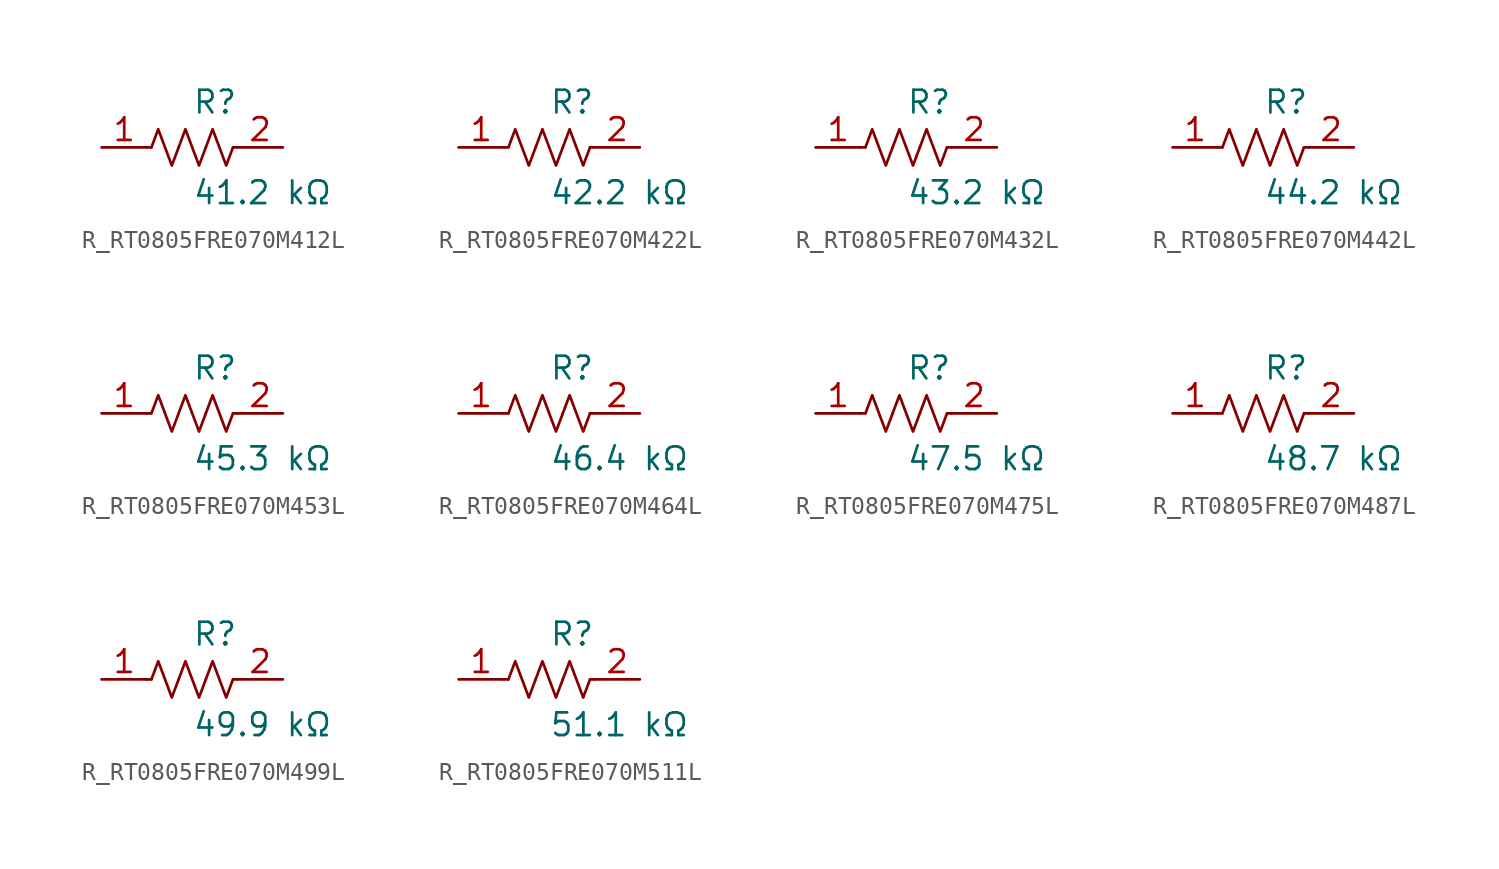
<source format=kicad_sym>
(kicad_symbol_lib
  (version 20231120)
  (generator kicad_symbol_editor)
  (generator_version 8.0)
  (symbol "R_RT0805FRE070M412L"
    (pin_names
      (offset 0.254))
    (property "Reference" "R"
      (at 0.0 2.54 0)
      (effects (font (size 1.27 1.27)) (justify left)))
    (property "Value" "41.2 kΩ"
      (at 0.0 -2.54 0)
      (effects (font (size 1.27 1.27)) (justify left)))
    (symbol "R_RT0805FRE070M412L_0_1"
      (polyline (pts (xy 2.286 0) (xy 2.54 0)) (stroke (width 0) (type default)) (fill (type none)))
      (polyline (pts (xy -2.286 0) (xy -2.54 0)) (stroke (width 0) (type default)) (fill (type none)))
      (polyline (pts (xy 0.762 0) (xy 1.143 1.016) (xy 1.524 0) (xy 1.905 -1.016) (xy 2.286 0)) (stroke (width 0) (type default)) (fill (type none)))
      (polyline (pts (xy -0.762 0) (xy -0.381 1.016) (xy 0 0) (xy 0.381 -1.016) (xy 0.762 0)) (stroke (width 0) (type default)) (fill (type none)))
      (polyline (pts (xy -2.286 0) (xy -1.905 1.016) (xy -1.524 0) (xy -1.143 -1.016) (xy -0.762 0)) (stroke (width 0) (type default)) (fill (type none))))
    (pin unspecified line
      (at -5.08 0 0)
      (length 2.54)
      (name "" (effects (font (size 1.27 1.27))))
      (number "1" (effects (font (size 1.27 1.27)))))
    (pin unspecified line
      (at 5.08 0 180)
      (length 2.54)
      (name "" (effects (font (size 1.27 1.27))))
      (number "2" (effects (font (size 1.27 1.27))))))
  (symbol "R_RT0805FRE070M422L"
    (pin_names
      (offset 0.254))
    (property "Reference" "R"
      (at 0.0 2.54 0)
      (effects (font (size 1.27 1.27)) (justify left)))
    (property "Value" "42.2 kΩ"
      (at 0.0 -2.54 0)
      (effects (font (size 1.27 1.27)) (justify left)))
    (symbol "R_RT0805FRE070M422L_0_1"
      (polyline (pts (xy 2.286 0) (xy 2.54 0)) (stroke (width 0) (type default)) (fill (type none)))
      (polyline (pts (xy -2.286 0) (xy -2.54 0)) (stroke (width 0) (type default)) (fill (type none)))
      (polyline (pts (xy 0.762 0) (xy 1.143 1.016) (xy 1.524 0) (xy 1.905 -1.016) (xy 2.286 0)) (stroke (width 0) (type default)) (fill (type none)))
      (polyline (pts (xy -0.762 0) (xy -0.381 1.016) (xy 0 0) (xy 0.381 -1.016) (xy 0.762 0)) (stroke (width 0) (type default)) (fill (type none)))
      (polyline (pts (xy -2.286 0) (xy -1.905 1.016) (xy -1.524 0) (xy -1.143 -1.016) (xy -0.762 0)) (stroke (width 0) (type default)) (fill (type none))))
    (pin unspecified line
      (at -5.08 0 0)
      (length 2.54)
      (name "" (effects (font (size 1.27 1.27))))
      (number "1" (effects (font (size 1.27 1.27)))))
    (pin unspecified line
      (at 5.08 0 180)
      (length 2.54)
      (name "" (effects (font (size 1.27 1.27))))
      (number "2" (effects (font (size 1.27 1.27))))))
  (symbol "R_RT0805FRE070M432L"
    (pin_names
      (offset 0.254))
    (property "Reference" "R"
      (at 0.0 2.54 0)
      (effects (font (size 1.27 1.27)) (justify left)))
    (property "Value" "43.2 kΩ"
      (at 0.0 -2.54 0)
      (effects (font (size 1.27 1.27)) (justify left)))
    (symbol "R_RT0805FRE070M432L_0_1"
      (polyline (pts (xy 2.286 0) (xy 2.54 0)) (stroke (width 0) (type default)) (fill (type none)))
      (polyline (pts (xy -2.286 0) (xy -2.54 0)) (stroke (width 0) (type default)) (fill (type none)))
      (polyline (pts (xy 0.762 0) (xy 1.143 1.016) (xy 1.524 0) (xy 1.905 -1.016) (xy 2.286 0)) (stroke (width 0) (type default)) (fill (type none)))
      (polyline (pts (xy -0.762 0) (xy -0.381 1.016) (xy 0 0) (xy 0.381 -1.016) (xy 0.762 0)) (stroke (width 0) (type default)) (fill (type none)))
      (polyline (pts (xy -2.286 0) (xy -1.905 1.016) (xy -1.524 0) (xy -1.143 -1.016) (xy -0.762 0)) (stroke (width 0) (type default)) (fill (type none))))
    (pin unspecified line
      (at -5.08 0 0)
      (length 2.54)
      (name "" (effects (font (size 1.27 1.27))))
      (number "1" (effects (font (size 1.27 1.27)))))
    (pin unspecified line
      (at 5.08 0 180)
      (length 2.54)
      (name "" (effects (font (size 1.27 1.27))))
      (number "2" (effects (font (size 1.27 1.27))))))
  (symbol "R_RT0805FRE070M442L"
    (pin_names
      (offset 0.254))
    (property "Reference" "R"
      (at 0.0 2.54 0)
      (effects (font (size 1.27 1.27)) (justify left)))
    (property "Value" "44.2 kΩ"
      (at 0.0 -2.54 0)
      (effects (font (size 1.27 1.27)) (justify left)))
    (symbol "R_RT0805FRE070M442L_0_1"
      (polyline (pts (xy 2.286 0) (xy 2.54 0)) (stroke (width 0) (type default)) (fill (type none)))
      (polyline (pts (xy -2.286 0) (xy -2.54 0)) (stroke (width 0) (type default)) (fill (type none)))
      (polyline (pts (xy 0.762 0) (xy 1.143 1.016) (xy 1.524 0) (xy 1.905 -1.016) (xy 2.286 0)) (stroke (width 0) (type default)) (fill (type none)))
      (polyline (pts (xy -0.762 0) (xy -0.381 1.016) (xy 0 0) (xy 0.381 -1.016) (xy 0.762 0)) (stroke (width 0) (type default)) (fill (type none)))
      (polyline (pts (xy -2.286 0) (xy -1.905 1.016) (xy -1.524 0) (xy -1.143 -1.016) (xy -0.762 0)) (stroke (width 0) (type default)) (fill (type none))))
    (pin unspecified line
      (at -5.08 0 0)
      (length 2.54)
      (name "" (effects (font (size 1.27 1.27))))
      (number "1" (effects (font (size 1.27 1.27)))))
    (pin unspecified line
      (at 5.08 0 180)
      (length 2.54)
      (name "" (effects (font (size 1.27 1.27))))
      (number "2" (effects (font (size 1.27 1.27))))))
  (symbol "R_RT0805FRE070M453L"
    (pin_names
      (offset 0.254))
    (property "Reference" "R"
      (at 0.0 2.54 0)
      (effects (font (size 1.27 1.27)) (justify left)))
    (property "Value" "45.3 kΩ"
      (at 0.0 -2.54 0)
      (effects (font (size 1.27 1.27)) (justify left)))
    (symbol "R_RT0805FRE070M453L_0_1"
      (polyline (pts (xy 2.286 0) (xy 2.54 0)) (stroke (width 0) (type default)) (fill (type none)))
      (polyline (pts (xy -2.286 0) (xy -2.54 0)) (stroke (width 0) (type default)) (fill (type none)))
      (polyline (pts (xy 0.762 0) (xy 1.143 1.016) (xy 1.524 0) (xy 1.905 -1.016) (xy 2.286 0)) (stroke (width 0) (type default)) (fill (type none)))
      (polyline (pts (xy -0.762 0) (xy -0.381 1.016) (xy 0 0) (xy 0.381 -1.016) (xy 0.762 0)) (stroke (width 0) (type default)) (fill (type none)))
      (polyline (pts (xy -2.286 0) (xy -1.905 1.016) (xy -1.524 0) (xy -1.143 -1.016) (xy -0.762 0)) (stroke (width 0) (type default)) (fill (type none))))
    (pin unspecified line
      (at -5.08 0 0)
      (length 2.54)
      (name "" (effects (font (size 1.27 1.27))))
      (number "1" (effects (font (size 1.27 1.27)))))
    (pin unspecified line
      (at 5.08 0 180)
      (length 2.54)
      (name "" (effects (font (size 1.27 1.27))))
      (number "2" (effects (font (size 1.27 1.27))))))
  (symbol "R_RT0805FRE070M464L"
    (pin_names
      (offset 0.254))
    (property "Reference" "R"
      (at 0.0 2.54 0)
      (effects (font (size 1.27 1.27)) (justify left)))
    (property "Value" "46.4 kΩ"
      (at 0.0 -2.54 0)
      (effects (font (size 1.27 1.27)) (justify left)))
    (symbol "R_RT0805FRE070M464L_0_1"
      (polyline (pts (xy 2.286 0) (xy 2.54 0)) (stroke (width 0) (type default)) (fill (type none)))
      (polyline (pts (xy -2.286 0) (xy -2.54 0)) (stroke (width 0) (type default)) (fill (type none)))
      (polyline (pts (xy 0.762 0) (xy 1.143 1.016) (xy 1.524 0) (xy 1.905 -1.016) (xy 2.286 0)) (stroke (width 0) (type default)) (fill (type none)))
      (polyline (pts (xy -0.762 0) (xy -0.381 1.016) (xy 0 0) (xy 0.381 -1.016) (xy 0.762 0)) (stroke (width 0) (type default)) (fill (type none)))
      (polyline (pts (xy -2.286 0) (xy -1.905 1.016) (xy -1.524 0) (xy -1.143 -1.016) (xy -0.762 0)) (stroke (width 0) (type default)) (fill (type none))))
    (pin unspecified line
      (at -5.08 0 0)
      (length 2.54)
      (name "" (effects (font (size 1.27 1.27))))
      (number "1" (effects (font (size 1.27 1.27)))))
    (pin unspecified line
      (at 5.08 0 180)
      (length 2.54)
      (name "" (effects (font (size 1.27 1.27))))
      (number "2" (effects (font (size 1.27 1.27))))))
  (symbol "R_RT0805FRE070M475L"
    (pin_names
      (offset 0.254))
    (property "Reference" "R"
      (at 0.0 2.54 0)
      (effects (font (size 1.27 1.27)) (justify left)))
    (property "Value" "47.5 kΩ"
      (at 0.0 -2.54 0)
      (effects (font (size 1.27 1.27)) (justify left)))
    (symbol "R_RT0805FRE070M475L_0_1"
      (polyline (pts (xy 2.286 0) (xy 2.54 0)) (stroke (width 0) (type default)) (fill (type none)))
      (polyline (pts (xy -2.286 0) (xy -2.54 0)) (stroke (width 0) (type default)) (fill (type none)))
      (polyline (pts (xy 0.762 0) (xy 1.143 1.016) (xy 1.524 0) (xy 1.905 -1.016) (xy 2.286 0)) (stroke (width 0) (type default)) (fill (type none)))
      (polyline (pts (xy -0.762 0) (xy -0.381 1.016) (xy 0 0) (xy 0.381 -1.016) (xy 0.762 0)) (stroke (width 0) (type default)) (fill (type none)))
      (polyline (pts (xy -2.286 0) (xy -1.905 1.016) (xy -1.524 0) (xy -1.143 -1.016) (xy -0.762 0)) (stroke (width 0) (type default)) (fill (type none))))
    (pin unspecified line
      (at -5.08 0 0)
      (length 2.54)
      (name "" (effects (font (size 1.27 1.27))))
      (number "1" (effects (font (size 1.27 1.27)))))
    (pin unspecified line
      (at 5.08 0 180)
      (length 2.54)
      (name "" (effects (font (size 1.27 1.27))))
      (number "2" (effects (font (size 1.27 1.27))))))
  (symbol "R_RT0805FRE070M487L"
    (pin_names
      (offset 0.254))
    (property "Reference" "R"
      (at 0.0 2.54 0)
      (effects (font (size 1.27 1.27)) (justify left)))
    (property "Value" "48.7 kΩ"
      (at 0.0 -2.54 0)
      (effects (font (size 1.27 1.27)) (justify left)))
    (symbol "R_RT0805FRE070M487L_0_1"
      (polyline (pts (xy 2.286 0) (xy 2.54 0)) (stroke (width 0) (type default)) (fill (type none)))
      (polyline (pts (xy -2.286 0) (xy -2.54 0)) (stroke (width 0) (type default)) (fill (type none)))
      (polyline (pts (xy 0.762 0) (xy 1.143 1.016) (xy 1.524 0) (xy 1.905 -1.016) (xy 2.286 0)) (stroke (width 0) (type default)) (fill (type none)))
      (polyline (pts (xy -0.762 0) (xy -0.381 1.016) (xy 0 0) (xy 0.381 -1.016) (xy 0.762 0)) (stroke (width 0) (type default)) (fill (type none)))
      (polyline (pts (xy -2.286 0) (xy -1.905 1.016) (xy -1.524 0) (xy -1.143 -1.016) (xy -0.762 0)) (stroke (width 0) (type default)) (fill (type none))))
    (pin unspecified line
      (at -5.08 0 0)
      (length 2.54)
      (name "" (effects (font (size 1.27 1.27))))
      (number "1" (effects (font (size 1.27 1.27)))))
    (pin unspecified line
      (at 5.08 0 180)
      (length 2.54)
      (name "" (effects (font (size 1.27 1.27))))
      (number "2" (effects (font (size 1.27 1.27))))))
  (symbol "R_RT0805FRE070M499L"
    (pin_names
      (offset 0.254))
    (property "Reference" "R"
      (at 0.0 2.54 0)
      (effects (font (size 1.27 1.27)) (justify left)))
    (property "Value" "49.9 kΩ"
      (at 0.0 -2.54 0)
      (effects (font (size 1.27 1.27)) (justify left)))
    (symbol "R_RT0805FRE070M499L_0_1"
      (polyline (pts (xy 2.286 0) (xy 2.54 0)) (stroke (width 0) (type default)) (fill (type none)))
      (polyline (pts (xy -2.286 0) (xy -2.54 0)) (stroke (width 0) (type default)) (fill (type none)))
      (polyline (pts (xy 0.762 0) (xy 1.143 1.016) (xy 1.524 0) (xy 1.905 -1.016) (xy 2.286 0)) (stroke (width 0) (type default)) (fill (type none)))
      (polyline (pts (xy -0.762 0) (xy -0.381 1.016) (xy 0 0) (xy 0.381 -1.016) (xy 0.762 0)) (stroke (width 0) (type default)) (fill (type none)))
      (polyline (pts (xy -2.286 0) (xy -1.905 1.016) (xy -1.524 0) (xy -1.143 -1.016) (xy -0.762 0)) (stroke (width 0) (type default)) (fill (type none))))
    (pin unspecified line
      (at -5.08 0 0)
      (length 2.54)
      (name "" (effects (font (size 1.27 1.27))))
      (number "1" (effects (font (size 1.27 1.27)))))
    (pin unspecified line
      (at 5.08 0 180)
      (length 2.54)
      (name "" (effects (font (size 1.27 1.27))))
      (number "2" (effects (font (size 1.27 1.27))))))
  (symbol "R_RT0805FRE070M511L"
    (pin_names
      (offset 0.254))
    (property "Reference" "R"
      (at 0.0 2.54 0)
      (effects (font (size 1.27 1.27)) (justify left)))
    (property "Value" "51.1 kΩ"
      (at 0.0 -2.54 0)
      (effects (font (size 1.27 1.27)) (justify left)))
    (symbol "R_RT0805FRE070M511L_0_1"
      (polyline (pts (xy 2.286 0) (xy 2.54 0)) (stroke (width 0) (type default)) (fill (type none)))
      (polyline (pts (xy -2.286 0) (xy -2.54 0)) (stroke (width 0) (type default)) (fill (type none)))
      (polyline (pts (xy 0.762 0) (xy 1.143 1.016) (xy 1.524 0) (xy 1.905 -1.016) (xy 2.286 0)) (stroke (width 0) (type default)) (fill (type none)))
      (polyline (pts (xy -0.762 0) (xy -0.381 1.016) (xy 0 0) (xy 0.381 -1.016) (xy 0.762 0)) (stroke (width 0) (type default)) (fill (type none)))
      (polyline (pts (xy -2.286 0) (xy -1.905 1.016) (xy -1.524 0) (xy -1.143 -1.016) (xy -0.762 0)) (stroke (width 0) (type default)) (fill (type none))))
    (pin unspecified line
      (at -5.08 0 0)
      (length 2.54)
      (name "" (effects (font (size 1.27 1.27))))
      (number "1" (effects (font (size 1.27 1.27)))))
    (pin unspecified line
      (at 5.08 0 180)
      (length 2.54)
      (name "" (effects (font (size 1.27 1.27))))
      (number "2" (effects (font (size 1.27 1.27)))))))
</source>
